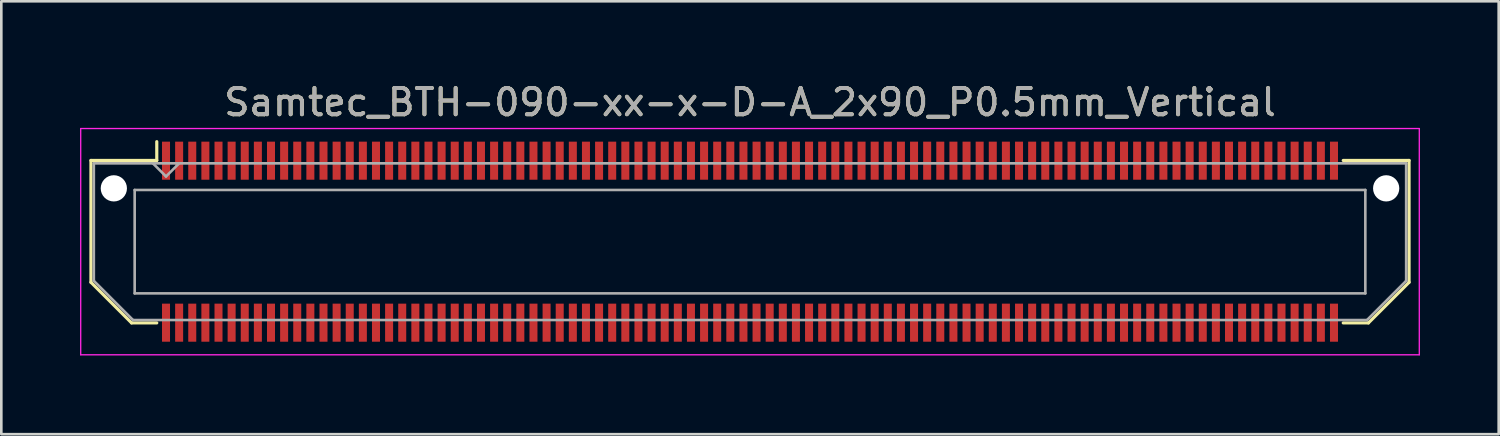
<source format=kicad_pcb>
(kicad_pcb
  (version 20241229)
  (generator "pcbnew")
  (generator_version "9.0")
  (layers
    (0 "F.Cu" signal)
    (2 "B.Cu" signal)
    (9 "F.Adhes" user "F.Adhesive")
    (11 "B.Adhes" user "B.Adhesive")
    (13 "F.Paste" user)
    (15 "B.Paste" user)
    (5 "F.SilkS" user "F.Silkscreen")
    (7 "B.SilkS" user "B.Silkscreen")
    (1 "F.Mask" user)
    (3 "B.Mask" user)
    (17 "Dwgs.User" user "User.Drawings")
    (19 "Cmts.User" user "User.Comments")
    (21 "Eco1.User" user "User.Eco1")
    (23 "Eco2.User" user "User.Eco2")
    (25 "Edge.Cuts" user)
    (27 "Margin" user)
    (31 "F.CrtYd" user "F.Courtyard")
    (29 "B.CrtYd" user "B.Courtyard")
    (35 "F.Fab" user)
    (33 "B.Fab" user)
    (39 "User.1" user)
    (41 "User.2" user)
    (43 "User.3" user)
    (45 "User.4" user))
  (footprint "Samtec_BTH-090-xx-x-D-A_2x90_P0.5mm_Vertical"
    (layer "F.Cu")
    (at 25.525 6.158)
    (property "Reference" "Samtec_BTH-090-xx-x-D-A_2x90_P0.5mm_Vertical" (at 0 -5.31 0) (layer "F.SilkS") (effects (font (size 1 1) (thickness 0.15))))
    (attr smd)
    (fp_line (start -25.11 -3.095) (end -25.11 1.548) (stroke (width 0.12) (type solid)) (layer "F.SilkS"))
    (fp_line (start -25.11 1.548) (end -23.562 3.095) (stroke (width 0.12) (type solid)) (layer "F.SilkS"))
    (fp_line (start -23.562 3.095) (end -22.602 3.095) (stroke (width 0.12) (type solid)) (layer "F.SilkS"))
    (fp_line (start -22.602 -3.811) (end -22.602 -3.095) (stroke (width 0.12) (type solid)) (layer "F.SilkS"))
    (fp_line (start -22.602 -3.095) (end -25.11 -3.095) (stroke (width 0.12) (type solid)) (layer "F.SilkS"))
    (fp_line (start 22.602 -3.095) (end 25.11 -3.095) (stroke (width 0.12) (type solid)) (layer "F.SilkS"))
    (fp_line (start 23.562 3.095) (end 22.602 3.095) (stroke (width 0.12) (type solid)) (layer "F.SilkS"))
    (fp_line (start 25.11 -3.095) (end 25.11 1.548) (stroke (width 0.12) (type solid)) (layer "F.SilkS"))
    (fp_line (start 25.11 1.548) (end 23.562 3.095) (stroke (width 0.12) (type solid)) (layer "F.SilkS"))
    (fp_line (start -25.5 -4.31) (end -25.5 4.31) (stroke (width 0.05) (type solid)) (layer "F.CrtYd"))
    (fp_line (start -25.5 4.31) (end 25.5 4.31) (stroke (width 0.05) (type solid)) (layer "F.CrtYd"))
    (fp_line (start 25.5 -4.31) (end -25.5 -4.31) (stroke (width 0.05) (type solid)) (layer "F.CrtYd"))
    (fp_line (start 25.5 4.31) (end 25.5 -4.31) (stroke (width 0.05) (type solid)) (layer "F.CrtYd"))
    (fp_line (start -25 -2.985) (end -25 1.492) (stroke (width 0.1) (type solid)) (layer "F.Fab"))
    (fp_line (start -25 -2.985) (end 25 -2.985) (stroke (width 0.1) (type solid)) (layer "F.Fab"))
    (fp_line (start -25 1.492) (end -23.508 2.985) (stroke (width 0.1) (type solid)) (layer "F.Fab"))
    (fp_line (start -23.508 2.985) (end 23.508 2.985) (stroke (width 0.1) (type solid)) (layer "F.Fab"))
    (fp_line (start -23.444 -1.97) (end -23.444 1.97) (stroke (width 0.1) (type solid)) (layer "F.Fab"))
    (fp_line (start -23.444 1.97) (end 23.444 1.97) (stroke (width 0.1) (type solid)) (layer "F.Fab"))
    (fp_line (start -22.25 -2.485) (end -22.75 -2.985) (stroke (width 0.1) (type solid)) (layer "F.Fab"))
    (fp_line (start -21.75 -2.985) (end -22.25 -2.485) (stroke (width 0.1) (type solid)) (layer "F.Fab"))
    (fp_line (start 23.444 -1.97) (end -23.444 -1.97) (stroke (width 0.1) (type solid)) (layer "F.Fab"))
    (fp_line (start 23.444 1.97) (end 23.444 -1.97) (stroke (width 0.1) (type solid)) (layer "F.Fab"))
    (fp_line (start 25 -2.985) (end 25 1.492) (stroke (width 0.1) (type solid)) (layer "F.Fab"))
    (fp_line (start 25 1.492) (end 23.508 2.985) (stroke (width 0.1) (type solid)) (layer "F.Fab"))
    (fp_text user "${REFERENCE}" (at 0 -5.31 0) (layer "F.Fab") (effects (font (size 1 1) (thickness 0.15))))
    (pad "" np_thru_hole circle (at -24.238 -2.032) (size 1 1) (drill 1) (layers "*.Cu" "*.Mask"))
    (pad "" np_thru_hole circle (at 24.238 -2.032) (size 1 1) (drill 1) (layers "*.Cu" "*.Mask"))
    (pad "1" smd rect (at -22.25 -3.086) (size 0.305 1.45) (layers "F.Cu" "F.Mask" "F.Paste"))
    (pad "2" smd rect (at -22.25 3.086) (size 0.305 1.45) (layers "F.Cu" "F.Mask" "F.Paste"))
    (pad "3" smd rect (at -21.75 -3.086) (size 0.305 1.45) (layers "F.Cu" "F.Mask" "F.Paste"))
    (pad "4" smd rect (at -21.75 3.086) (size 0.305 1.45) (layers "F.Cu" "F.Mask" "F.Paste"))
    (pad "5" smd rect (at -21.25 -3.086) (size 0.305 1.45) (layers "F.Cu" "F.Mask" "F.Paste"))
    (pad "6" smd rect (at -21.25 3.086) (size 0.305 1.45) (layers "F.Cu" "F.Mask" "F.Paste"))
    (pad "7" smd rect (at -20.75 -3.086) (size 0.305 1.45) (layers "F.Cu" "F.Mask" "F.Paste"))
    (pad "8" smd rect (at -20.75 3.086) (size 0.305 1.45) (layers "F.Cu" "F.Mask" "F.Paste"))
    (pad "9" smd rect (at -20.25 -3.086) (size 0.305 1.45) (layers "F.Cu" "F.Mask" "F.Paste"))
    (pad "10" smd rect (at -20.25 3.086) (size 0.305 1.45) (layers "F.Cu" "F.Mask" "F.Paste"))
    (pad "11" smd rect (at -19.75 -3.086) (size 0.305 1.45) (layers "F.Cu" "F.Mask" "F.Paste"))
    (pad "12" smd rect (at -19.75 3.086) (size 0.305 1.45) (layers "F.Cu" "F.Mask" "F.Paste"))
    (pad "13" smd rect (at -19.25 -3.086) (size 0.305 1.45) (layers "F.Cu" "F.Mask" "F.Paste"))
    (pad "14" smd rect (at -19.25 3.086) (size 0.305 1.45) (layers "F.Cu" "F.Mask" "F.Paste"))
    (pad "15" smd rect (at -18.75 -3.086) (size 0.305 1.45) (layers "F.Cu" "F.Mask" "F.Paste"))
    (pad "16" smd rect (at -18.75 3.086) (size 0.305 1.45) (layers "F.Cu" "F.Mask" "F.Paste"))
    (pad "17" smd rect (at -18.25 -3.086) (size 0.305 1.45) (layers "F.Cu" "F.Mask" "F.Paste"))
    (pad "18" smd rect (at -18.25 3.086) (size 0.305 1.45) (layers "F.Cu" "F.Mask" "F.Paste"))
    (pad "19" smd rect (at -17.75 -3.086) (size 0.305 1.45) (layers "F.Cu" "F.Mask" "F.Paste"))
    (pad "20" smd rect (at -17.75 3.086) (size 0.305 1.45) (layers "F.Cu" "F.Mask" "F.Paste"))
    (pad "21" smd rect (at -17.25 -3.086) (size 0.305 1.45) (layers "F.Cu" "F.Mask" "F.Paste"))
    (pad "22" smd rect (at -17.25 3.086) (size 0.305 1.45) (layers "F.Cu" "F.Mask" "F.Paste"))
    (pad "23" smd rect (at -16.75 -3.086) (size 0.305 1.45) (layers "F.Cu" "F.Mask" "F.Paste"))
    (pad "24" smd rect (at -16.75 3.086) (size 0.305 1.45) (layers "F.Cu" "F.Mask" "F.Paste"))
    (pad "25" smd rect (at -16.25 -3.086) (size 0.305 1.45) (layers "F.Cu" "F.Mask" "F.Paste"))
    (pad "26" smd rect (at -16.25 3.086) (size 0.305 1.45) (layers "F.Cu" "F.Mask" "F.Paste"))
    (pad "27" smd rect (at -15.75 -3.086) (size 0.305 1.45) (layers "F.Cu" "F.Mask" "F.Paste"))
    (pad "28" smd rect (at -15.75 3.086) (size 0.305 1.45) (layers "F.Cu" "F.Mask" "F.Paste"))
    (pad "29" smd rect (at -15.25 -3.086) (size 0.305 1.45) (layers "F.Cu" "F.Mask" "F.Paste"))
    (pad "30" smd rect (at -15.25 3.086) (size 0.305 1.45) (layers "F.Cu" "F.Mask" "F.Paste"))
    (pad "31" smd rect (at -14.75 -3.086) (size 0.305 1.45) (layers "F.Cu" "F.Mask" "F.Paste"))
    (pad "32" smd rect (at -14.75 3.086) (size 0.305 1.45) (layers "F.Cu" "F.Mask" "F.Paste"))
    (pad "33" smd rect (at -14.25 -3.086) (size 0.305 1.45) (layers "F.Cu" "F.Mask" "F.Paste"))
    (pad "34" smd rect (at -14.25 3.086) (size 0.305 1.45) (layers "F.Cu" "F.Mask" "F.Paste"))
    (pad "35" smd rect (at -13.75 -3.086) (size 0.305 1.45) (layers "F.Cu" "F.Mask" "F.Paste"))
    (pad "36" smd rect (at -13.75 3.086) (size 0.305 1.45) (layers "F.Cu" "F.Mask" "F.Paste"))
    (pad "37" smd rect (at -13.25 -3.086) (size 0.305 1.45) (layers "F.Cu" "F.Mask" "F.Paste"))
    (pad "38" smd rect (at -13.25 3.086) (size 0.305 1.45) (layers "F.Cu" "F.Mask" "F.Paste"))
    (pad "39" smd rect (at -12.75 -3.086) (size 0.305 1.45) (layers "F.Cu" "F.Mask" "F.Paste"))
    (pad "40" smd rect (at -12.75 3.086) (size 0.305 1.45) (layers "F.Cu" "F.Mask" "F.Paste"))
    (pad "41" smd rect (at -12.25 -3.086) (size 0.305 1.45) (layers "F.Cu" "F.Mask" "F.Paste"))
    (pad "42" smd rect (at -12.25 3.086) (size 0.305 1.45) (layers "F.Cu" "F.Mask" "F.Paste"))
    (pad "43" smd rect (at -11.75 -3.086) (size 0.305 1.45) (layers "F.Cu" "F.Mask" "F.Paste"))
    (pad "44" smd rect (at -11.75 3.086) (size 0.305 1.45) (layers "F.Cu" "F.Mask" "F.Paste"))
    (pad "45" smd rect (at -11.25 -3.086) (size 0.305 1.45) (layers "F.Cu" "F.Mask" "F.Paste"))
    (pad "46" smd rect (at -11.25 3.086) (size 0.305 1.45) (layers "F.Cu" "F.Mask" "F.Paste"))
    (pad "47" smd rect (at -10.75 -3.086) (size 0.305 1.45) (layers "F.Cu" "F.Mask" "F.Paste"))
    (pad "48" smd rect (at -10.75 3.086) (size 0.305 1.45) (layers "F.Cu" "F.Mask" "F.Paste"))
    (pad "49" smd rect (at -10.25 -3.086) (size 0.305 1.45) (layers "F.Cu" "F.Mask" "F.Paste"))
    (pad "50" smd rect (at -10.25 3.086) (size 0.305 1.45) (layers "F.Cu" "F.Mask" "F.Paste"))
    (pad "51" smd rect (at -9.75 -3.086) (size 0.305 1.45) (layers "F.Cu" "F.Mask" "F.Paste"))
    (pad "52" smd rect (at -9.75 3.086) (size 0.305 1.45) (layers "F.Cu" "F.Mask" "F.Paste"))
    (pad "53" smd rect (at -9.25 -3.086) (size 0.305 1.45) (layers "F.Cu" "F.Mask" "F.Paste"))
    (pad "54" smd rect (at -9.25 3.086) (size 0.305 1.45) (layers "F.Cu" "F.Mask" "F.Paste"))
    (pad "55" smd rect (at -8.75 -3.086) (size 0.305 1.45) (layers "F.Cu" "F.Mask" "F.Paste"))
    (pad "56" smd rect (at -8.75 3.086) (size 0.305 1.45) (layers "F.Cu" "F.Mask" "F.Paste"))
    (pad "57" smd rect (at -8.25 -3.086) (size 0.305 1.45) (layers "F.Cu" "F.Mask" "F.Paste"))
    (pad "58" smd rect (at -8.25 3.086) (size 0.305 1.45) (layers "F.Cu" "F.Mask" "F.Paste"))
    (pad "59" smd rect (at -7.75 -3.086) (size 0.305 1.45) (layers "F.Cu" "F.Mask" "F.Paste"))
    (pad "60" smd rect (at -7.75 3.086) (size 0.305 1.45) (layers "F.Cu" "F.Mask" "F.Paste"))
    (pad "61" smd rect (at -7.25 -3.086) (size 0.305 1.45) (layers "F.Cu" "F.Mask" "F.Paste"))
    (pad "62" smd rect (at -7.25 3.086) (size 0.305 1.45) (layers "F.Cu" "F.Mask" "F.Paste"))
    (pad "63" smd rect (at -6.75 -3.086) (size 0.305 1.45) (layers "F.Cu" "F.Mask" "F.Paste"))
    (pad "64" smd rect (at -6.75 3.086) (size 0.305 1.45) (layers "F.Cu" "F.Mask" "F.Paste"))
    (pad "65" smd rect (at -6.25 -3.086) (size 0.305 1.45) (layers "F.Cu" "F.Mask" "F.Paste"))
    (pad "66" smd rect (at -6.25 3.086) (size 0.305 1.45) (layers "F.Cu" "F.Mask" "F.Paste"))
    (pad "67" smd rect (at -5.75 -3.086) (size 0.305 1.45) (layers "F.Cu" "F.Mask" "F.Paste"))
    (pad "68" smd rect (at -5.75 3.086) (size 0.305 1.45) (layers "F.Cu" "F.Mask" "F.Paste"))
    (pad "69" smd rect (at -5.25 -3.086) (size 0.305 1.45) (layers "F.Cu" "F.Mask" "F.Paste"))
    (pad "70" smd rect (at -5.25 3.086) (size 0.305 1.45) (layers "F.Cu" "F.Mask" "F.Paste"))
    (pad "71" smd rect (at -4.75 -3.086) (size 0.305 1.45) (layers "F.Cu" "F.Mask" "F.Paste"))
    (pad "72" smd rect (at -4.75 3.086) (size 0.305 1.45) (layers "F.Cu" "F.Mask" "F.Paste"))
    (pad "73" smd rect (at -4.25 -3.086) (size 0.305 1.45) (layers "F.Cu" "F.Mask" "F.Paste"))
    (pad "74" smd rect (at -4.25 3.086) (size 0.305 1.45) (layers "F.Cu" "F.Mask" "F.Paste"))
    (pad "75" smd rect (at -3.75 -3.086) (size 0.305 1.45) (layers "F.Cu" "F.Mask" "F.Paste"))
    (pad "76" smd rect (at -3.75 3.086) (size 0.305 1.45) (layers "F.Cu" "F.Mask" "F.Paste"))
    (pad "77" smd rect (at -3.25 -3.086) (size 0.305 1.45) (layers "F.Cu" "F.Mask" "F.Paste"))
    (pad "78" smd rect (at -3.25 3.086) (size 0.305 1.45) (layers "F.Cu" "F.Mask" "F.Paste"))
    (pad "79" smd rect (at -2.75 -3.086) (size 0.305 1.45) (layers "F.Cu" "F.Mask" "F.Paste"))
    (pad "80" smd rect (at -2.75 3.086) (size 0.305 1.45) (layers "F.Cu" "F.Mask" "F.Paste"))
    (pad "81" smd rect (at -2.25 -3.086) (size 0.305 1.45) (layers "F.Cu" "F.Mask" "F.Paste"))
    (pad "82" smd rect (at -2.25 3.086) (size 0.305 1.45) (layers "F.Cu" "F.Mask" "F.Paste"))
    (pad "83" smd rect (at -1.75 -3.086) (size 0.305 1.45) (layers "F.Cu" "F.Mask" "F.Paste"))
    (pad "84" smd rect (at -1.75 3.086) (size 0.305 1.45) (layers "F.Cu" "F.Mask" "F.Paste"))
    (pad "85" smd rect (at -1.25 -3.086) (size 0.305 1.45) (layers "F.Cu" "F.Mask" "F.Paste"))
    (pad "86" smd rect (at -1.25 3.086) (size 0.305 1.45) (layers "F.Cu" "F.Mask" "F.Paste"))
    (pad "87" smd rect (at -0.75 -3.086) (size 0.305 1.45) (layers "F.Cu" "F.Mask" "F.Paste"))
    (pad "88" smd rect (at -0.75 3.086) (size 0.305 1.45) (layers "F.Cu" "F.Mask" "F.Paste"))
    (pad "89" smd rect (at -0.25 -3.086) (size 0.305 1.45) (layers "F.Cu" "F.Mask" "F.Paste"))
    (pad "90" smd rect (at -0.25 3.086) (size 0.305 1.45) (layers "F.Cu" "F.Mask" "F.Paste"))
    (pad "91" smd rect (at 0.25 -3.086) (size 0.305 1.45) (layers "F.Cu" "F.Mask" "F.Paste"))
    (pad "92" smd rect (at 0.25 3.086) (size 0.305 1.45) (layers "F.Cu" "F.Mask" "F.Paste"))
    (pad "93" smd rect (at 0.75 -3.086) (size 0.305 1.45) (layers "F.Cu" "F.Mask" "F.Paste"))
    (pad "94" smd rect (at 0.75 3.086) (size 0.305 1.45) (layers "F.Cu" "F.Mask" "F.Paste"))
    (pad "95" smd rect (at 1.25 -3.086) (size 0.305 1.45) (layers "F.Cu" "F.Mask" "F.Paste"))
    (pad "96" smd rect (at 1.25 3.086) (size 0.305 1.45) (layers "F.Cu" "F.Mask" "F.Paste"))
    (pad "97" smd rect (at 1.75 -3.086) (size 0.305 1.45) (layers "F.Cu" "F.Mask" "F.Paste"))
    (pad "98" smd rect (at 1.75 3.086) (size 0.305 1.45) (layers "F.Cu" "F.Mask" "F.Paste"))
    (pad "99" smd rect (at 2.25 -3.086) (size 0.305 1.45) (layers "F.Cu" "F.Mask" "F.Paste"))
    (pad "100" smd rect (at 2.25 3.086) (size 0.305 1.45) (layers "F.Cu" "F.Mask" "F.Paste"))
    (pad "101" smd rect (at 2.75 -3.086) (size 0.305 1.45) (layers "F.Cu" "F.Mask" "F.Paste"))
    (pad "102" smd rect (at 2.75 3.086) (size 0.305 1.45) (layers "F.Cu" "F.Mask" "F.Paste"))
    (pad "103" smd rect (at 3.25 -3.086) (size 0.305 1.45) (layers "F.Cu" "F.Mask" "F.Paste"))
    (pad "104" smd rect (at 3.25 3.086) (size 0.305 1.45) (layers "F.Cu" "F.Mask" "F.Paste"))
    (pad "105" smd rect (at 3.75 -3.086) (size 0.305 1.45) (layers "F.Cu" "F.Mask" "F.Paste"))
    (pad "106" smd rect (at 3.75 3.086) (size 0.305 1.45) (layers "F.Cu" "F.Mask" "F.Paste"))
    (pad "107" smd rect (at 4.25 -3.086) (size 0.305 1.45) (layers "F.Cu" "F.Mask" "F.Paste"))
    (pad "108" smd rect (at 4.25 3.086) (size 0.305 1.45) (layers "F.Cu" "F.Mask" "F.Paste"))
    (pad "109" smd rect (at 4.75 -3.086) (size 0.305 1.45) (layers "F.Cu" "F.Mask" "F.Paste"))
    (pad "110" smd rect (at 4.75 3.086) (size 0.305 1.45) (layers "F.Cu" "F.Mask" "F.Paste"))
    (pad "111" smd rect (at 5.25 -3.086) (size 0.305 1.45) (layers "F.Cu" "F.Mask" "F.Paste"))
    (pad "112" smd rect (at 5.25 3.086) (size 0.305 1.45) (layers "F.Cu" "F.Mask" "F.Paste"))
    (pad "113" smd rect (at 5.75 -3.086) (size 0.305 1.45) (layers "F.Cu" "F.Mask" "F.Paste"))
    (pad "114" smd rect (at 5.75 3.086) (size 0.305 1.45) (layers "F.Cu" "F.Mask" "F.Paste"))
    (pad "115" smd rect (at 6.25 -3.086) (size 0.305 1.45) (layers "F.Cu" "F.Mask" "F.Paste"))
    (pad "116" smd rect (at 6.25 3.086) (size 0.305 1.45) (layers "F.Cu" "F.Mask" "F.Paste"))
    (pad "117" smd rect (at 6.75 -3.086) (size 0.305 1.45) (layers "F.Cu" "F.Mask" "F.Paste"))
    (pad "118" smd rect (at 6.75 3.086) (size 0.305 1.45) (layers "F.Cu" "F.Mask" "F.Paste"))
    (pad "119" smd rect (at 7.25 -3.086) (size 0.305 1.45) (layers "F.Cu" "F.Mask" "F.Paste"))
    (pad "120" smd rect (at 7.25 3.086) (size 0.305 1.45) (layers "F.Cu" "F.Mask" "F.Paste"))
    (pad "121" smd rect (at 7.75 -3.086) (size 0.305 1.45) (layers "F.Cu" "F.Mask" "F.Paste"))
    (pad "122" smd rect (at 7.75 3.086) (size 0.305 1.45) (layers "F.Cu" "F.Mask" "F.Paste"))
    (pad "123" smd rect (at 8.25 -3.086) (size 0.305 1.45) (layers "F.Cu" "F.Mask" "F.Paste"))
    (pad "124" smd rect (at 8.25 3.086) (size 0.305 1.45) (layers "F.Cu" "F.Mask" "F.Paste"))
    (pad "125" smd rect (at 8.75 -3.086) (size 0.305 1.45) (layers "F.Cu" "F.Mask" "F.Paste"))
    (pad "126" smd rect (at 8.75 3.086) (size 0.305 1.45) (layers "F.Cu" "F.Mask" "F.Paste"))
    (pad "127" smd rect (at 9.25 -3.086) (size 0.305 1.45) (layers "F.Cu" "F.Mask" "F.Paste"))
    (pad "128" smd rect (at 9.25 3.086) (size 0.305 1.45) (layers "F.Cu" "F.Mask" "F.Paste"))
    (pad "129" smd rect (at 9.75 -3.086) (size 0.305 1.45) (layers "F.Cu" "F.Mask" "F.Paste"))
    (pad "130" smd rect (at 9.75 3.086) (size 0.305 1.45) (layers "F.Cu" "F.Mask" "F.Paste"))
    (pad "131" smd rect (at 10.25 -3.086) (size 0.305 1.45) (layers "F.Cu" "F.Mask" "F.Paste"))
    (pad "132" smd rect (at 10.25 3.086) (size 0.305 1.45) (layers "F.Cu" "F.Mask" "F.Paste"))
    (pad "133" smd rect (at 10.75 -3.086) (size 0.305 1.45) (layers "F.Cu" "F.Mask" "F.Paste"))
    (pad "134" smd rect (at 10.75 3.086) (size 0.305 1.45) (layers "F.Cu" "F.Mask" "F.Paste"))
    (pad "135" smd rect (at 11.25 -3.086) (size 0.305 1.45) (layers "F.Cu" "F.Mask" "F.Paste"))
    (pad "136" smd rect (at 11.25 3.086) (size 0.305 1.45) (layers "F.Cu" "F.Mask" "F.Paste"))
    (pad "137" smd rect (at 11.75 -3.086) (size 0.305 1.45) (layers "F.Cu" "F.Mask" "F.Paste"))
    (pad "138" smd rect (at 11.75 3.086) (size 0.305 1.45) (layers "F.Cu" "F.Mask" "F.Paste"))
    (pad "139" smd rect (at 12.25 -3.086) (size 0.305 1.45) (layers "F.Cu" "F.Mask" "F.Paste"))
    (pad "140" smd rect (at 12.25 3.086) (size 0.305 1.45) (layers "F.Cu" "F.Mask" "F.Paste"))
    (pad "141" smd rect (at 12.75 -3.086) (size 0.305 1.45) (layers "F.Cu" "F.Mask" "F.Paste"))
    (pad "142" smd rect (at 12.75 3.086) (size 0.305 1.45) (layers "F.Cu" "F.Mask" "F.Paste"))
    (pad "143" smd rect (at 13.25 -3.086) (size 0.305 1.45) (layers "F.Cu" "F.Mask" "F.Paste"))
    (pad "144" smd rect (at 13.25 3.086) (size 0.305 1.45) (layers "F.Cu" "F.Mask" "F.Paste"))
    (pad "145" smd rect (at 13.75 -3.086) (size 0.305 1.45) (layers "F.Cu" "F.Mask" "F.Paste"))
    (pad "146" smd rect (at 13.75 3.086) (size 0.305 1.45) (layers "F.Cu" "F.Mask" "F.Paste"))
    (pad "147" smd rect (at 14.25 -3.086) (size 0.305 1.45) (layers "F.Cu" "F.Mask" "F.Paste"))
    (pad "148" smd rect (at 14.25 3.086) (size 0.305 1.45) (layers "F.Cu" "F.Mask" "F.Paste"))
    (pad "149" smd rect (at 14.75 -3.086) (size 0.305 1.45) (layers "F.Cu" "F.Mask" "F.Paste"))
    (pad "150" smd rect (at 14.75 3.086) (size 0.305 1.45) (layers "F.Cu" "F.Mask" "F.Paste"))
    (pad "151" smd rect (at 15.25 -3.086) (size 0.305 1.45) (layers "F.Cu" "F.Mask" "F.Paste"))
    (pad "152" smd rect (at 15.25 3.086) (size 0.305 1.45) (layers "F.Cu" "F.Mask" "F.Paste"))
    (pad "153" smd rect (at 15.75 -3.086) (size 0.305 1.45) (layers "F.Cu" "F.Mask" "F.Paste"))
    (pad "154" smd rect (at 15.75 3.086) (size 0.305 1.45) (layers "F.Cu" "F.Mask" "F.Paste"))
    (pad "155" smd rect (at 16.25 -3.086) (size 0.305 1.45) (layers "F.Cu" "F.Mask" "F.Paste"))
    (pad "156" smd rect (at 16.25 3.086) (size 0.305 1.45) (layers "F.Cu" "F.Mask" "F.Paste"))
    (pad "157" smd rect (at 16.75 -3.086) (size 0.305 1.45) (layers "F.Cu" "F.Mask" "F.Paste"))
    (pad "158" smd rect (at 16.75 3.086) (size 0.305 1.45) (layers "F.Cu" "F.Mask" "F.Paste"))
    (pad "159" smd rect (at 17.25 -3.086) (size 0.305 1.45) (layers "F.Cu" "F.Mask" "F.Paste"))
    (pad "160" smd rect (at 17.25 3.086) (size 0.305 1.45) (layers "F.Cu" "F.Mask" "F.Paste"))
    (pad "161" smd rect (at 17.75 -3.086) (size 0.305 1.45) (layers "F.Cu" "F.Mask" "F.Paste"))
    (pad "162" smd rect (at 17.75 3.086) (size 0.305 1.45) (layers "F.Cu" "F.Mask" "F.Paste"))
    (pad "163" smd rect (at 18.25 -3.086) (size 0.305 1.45) (layers "F.Cu" "F.Mask" "F.Paste"))
    (pad "164" smd rect (at 18.25 3.086) (size 0.305 1.45) (layers "F.Cu" "F.Mask" "F.Paste"))
    (pad "165" smd rect (at 18.75 -3.086) (size 0.305 1.45) (layers "F.Cu" "F.Mask" "F.Paste"))
    (pad "166" smd rect (at 18.75 3.086) (size 0.305 1.45) (layers "F.Cu" "F.Mask" "F.Paste"))
    (pad "167" smd rect (at 19.25 -3.086) (size 0.305 1.45) (layers "F.Cu" "F.Mask" "F.Paste"))
    (pad "168" smd rect (at 19.25 3.086) (size 0.305 1.45) (layers "F.Cu" "F.Mask" "F.Paste"))
    (pad "169" smd rect (at 19.75 -3.086) (size 0.305 1.45) (layers "F.Cu" "F.Mask" "F.Paste"))
    (pad "170" smd rect (at 19.75 3.086) (size 0.305 1.45) (layers "F.Cu" "F.Mask" "F.Paste"))
    (pad "171" smd rect (at 20.25 -3.086) (size 0.305 1.45) (layers "F.Cu" "F.Mask" "F.Paste"))
    (pad "172" smd rect (at 20.25 3.086) (size 0.305 1.45) (layers "F.Cu" "F.Mask" "F.Paste"))
    (pad "173" smd rect (at 20.75 -3.086) (size 0.305 1.45) (layers "F.Cu" "F.Mask" "F.Paste"))
    (pad "174" smd rect (at 20.75 3.086) (size 0.305 1.45) (layers "F.Cu" "F.Mask" "F.Paste"))
    (pad "175" smd rect (at 21.25 -3.086) (size 0.305 1.45) (layers "F.Cu" "F.Mask" "F.Paste"))
    (pad "176" smd rect (at 21.25 3.086) (size 0.305 1.45) (layers "F.Cu" "F.Mask" "F.Paste"))
    (pad "177" smd rect (at 21.75 -3.086) (size 0.305 1.45) (layers "F.Cu" "F.Mask" "F.Paste"))
    (pad "178" smd rect (at 21.75 3.086) (size 0.305 1.45) (layers "F.Cu" "F.Mask" "F.Paste"))
    (pad "179" smd rect (at 22.25 -3.086) (size 0.305 1.45) (layers "F.Cu" "F.Mask" "F.Paste"))
    (pad "180" smd rect (at 22.25 3.086) (size 0.305 1.45) (layers "F.Cu" "F.Mask" "F.Paste")))
  (gr_rect
    (start -3 -3)
    (end 54.05 13.493)
    (stroke (width 0.1) (type default))
    (fill no)
    (layer "Edge.Cuts")))
</source>
